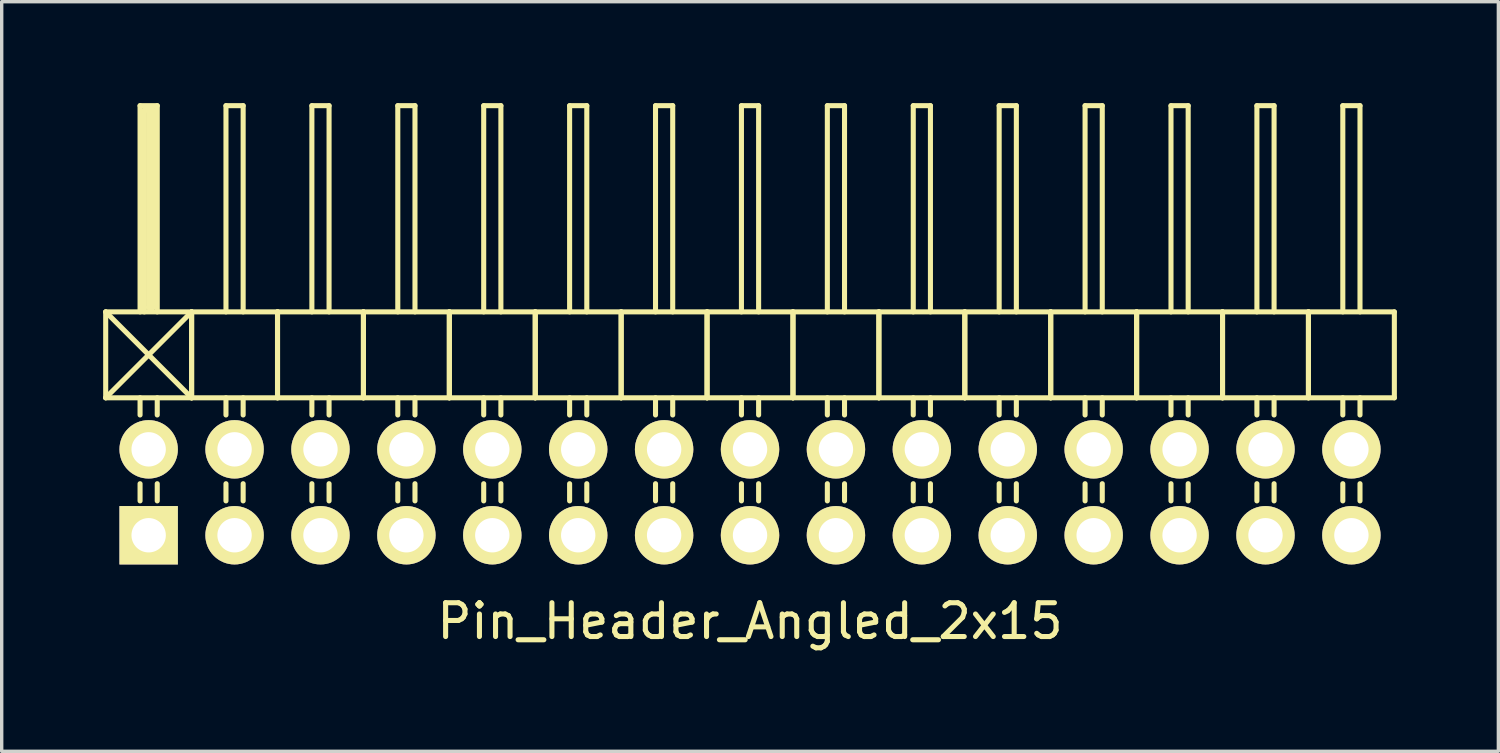
<source format=kicad_pcb>
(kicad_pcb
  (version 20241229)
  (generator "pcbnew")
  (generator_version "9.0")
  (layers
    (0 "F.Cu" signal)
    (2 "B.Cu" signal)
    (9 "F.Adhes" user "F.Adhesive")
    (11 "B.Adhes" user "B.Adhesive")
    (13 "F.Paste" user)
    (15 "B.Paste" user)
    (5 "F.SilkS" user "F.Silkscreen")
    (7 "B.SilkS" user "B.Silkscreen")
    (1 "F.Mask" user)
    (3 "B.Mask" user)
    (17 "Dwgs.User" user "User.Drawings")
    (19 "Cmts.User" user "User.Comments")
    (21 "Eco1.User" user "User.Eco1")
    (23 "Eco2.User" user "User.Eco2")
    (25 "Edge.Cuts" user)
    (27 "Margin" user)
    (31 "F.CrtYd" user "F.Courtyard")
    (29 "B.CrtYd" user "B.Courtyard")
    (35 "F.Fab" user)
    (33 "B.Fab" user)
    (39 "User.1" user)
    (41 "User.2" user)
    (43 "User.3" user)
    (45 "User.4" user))
  (footprint "Pin_Header_Angled_2x15"
    (layer "F.Cu")
    (at 19.125 11.505)
    (property "Reference" "Pin_Header_Angled_2x15" (at 0 3.81 0) (layer "F.SilkS") (effects (font (size 1 1) (thickness 0.15))))
    (attr through_hole)
    (fp_line (start -19.05 -5.334) (end -16.51 -2.794) (stroke (width 0.15) (type solid)) (layer "F.SilkS"))
    (fp_line (start -19.05 -2.794) (end -19.05 -5.334) (stroke (width 0.15) (type solid)) (layer "F.SilkS"))
    (fp_line (start -19.05 -2.794) (end -16.51 -5.334) (stroke (width 0.15) (type solid)) (layer "F.SilkS"))
    (fp_line (start -19.05 -2.794) (end -16.51 -2.794) (stroke (width 0.15) (type solid)) (layer "F.SilkS"))
    (fp_line (start -18.034 -11.43) (end -17.526 -11.43) (stroke (width 0.15) (type solid)) (layer "F.SilkS"))
    (fp_line (start -18.034 -5.334) (end -18.034 -11.43) (stroke (width 0.15) (type solid)) (layer "F.SilkS"))
    (fp_line (start -18.034 -2.794) (end -18.034 -2.286) (stroke (width 0.15) (type solid)) (layer "F.SilkS"))
    (fp_line (start -18.034 -0.254) (end -18.034 0.254) (stroke (width 0.15) (type solid)) (layer "F.SilkS"))
    (fp_line (start -17.907 -11.303) (end -17.653 -11.303) (stroke (width 0.15) (type solid)) (layer "F.SilkS"))
    (fp_line (start -17.907 -5.334) (end -17.907 -11.303) (stroke (width 0.15) (type solid)) (layer "F.SilkS"))
    (fp_line (start -17.78 -5.461) (end -17.78 -11.303) (stroke (width 0.15) (type solid)) (layer "F.SilkS"))
    (fp_line (start -17.653 -11.303) (end -17.653 -5.461) (stroke (width 0.15) (type solid)) (layer "F.SilkS"))
    (fp_line (start -17.653 -5.461) (end -17.78 -5.461) (stroke (width 0.15) (type solid)) (layer "F.SilkS"))
    (fp_line (start -17.526 -11.43) (end -17.526 -5.334) (stroke (width 0.15) (type solid)) (layer "F.SilkS"))
    (fp_line (start -17.526 -2.794) (end -17.526 -2.286) (stroke (width 0.15) (type solid)) (layer "F.SilkS"))
    (fp_line (start -17.526 -0.254) (end -17.526 0.254) (stroke (width 0.15) (type solid)) (layer "F.SilkS"))
    (fp_line (start -16.51 -5.334) (end -19.05 -5.334) (stroke (width 0.15) (type solid)) (layer "F.SilkS"))
    (fp_line (start -16.51 -2.794) (end -16.51 -5.334) (stroke (width 0.15) (type solid)) (layer "F.SilkS"))
    (fp_line (start -16.51 -2.794) (end -16.51 -5.334) (stroke (width 0.15) (type solid)) (layer "F.SilkS"))
    (fp_line (start -16.51 -2.794) (end -13.97 -2.794) (stroke (width 0.15) (type solid)) (layer "F.SilkS"))
    (fp_line (start -15.494 -11.43) (end -14.986 -11.43) (stroke (width 0.15) (type solid)) (layer "F.SilkS"))
    (fp_line (start -15.494 -5.334) (end -15.494 -11.43) (stroke (width 0.15) (type solid)) (layer "F.SilkS"))
    (fp_line (start -15.494 -2.794) (end -15.494 -2.286) (stroke (width 0.15) (type solid)) (layer "F.SilkS"))
    (fp_line (start -15.494 -0.254) (end -15.494 0.254) (stroke (width 0.15) (type solid)) (layer "F.SilkS"))
    (fp_line (start -14.986 -11.43) (end -14.986 -5.334) (stroke (width 0.15) (type solid)) (layer "F.SilkS"))
    (fp_line (start -14.986 -2.794) (end -14.986 -2.286) (stroke (width 0.15) (type solid)) (layer "F.SilkS"))
    (fp_line (start -14.986 -0.254) (end -14.986 0.254) (stroke (width 0.15) (type solid)) (layer "F.SilkS"))
    (fp_line (start -13.97 -5.334) (end -16.51 -5.334) (stroke (width 0.15) (type solid)) (layer "F.SilkS"))
    (fp_line (start -13.97 -2.794) (end -13.97 -5.334) (stroke (width 0.15) (type solid)) (layer "F.SilkS"))
    (fp_line (start -13.97 -2.794) (end -13.97 -5.334) (stroke (width 0.15) (type solid)) (layer "F.SilkS"))
    (fp_line (start -13.97 -2.794) (end -11.43 -2.794) (stroke (width 0.15) (type solid)) (layer "F.SilkS"))
    (fp_line (start -12.954 -11.43) (end -12.446 -11.43) (stroke (width 0.15) (type solid)) (layer "F.SilkS"))
    (fp_line (start -12.954 -5.334) (end -12.954 -11.43) (stroke (width 0.15) (type solid)) (layer "F.SilkS"))
    (fp_line (start -12.954 -2.794) (end -12.954 -2.286) (stroke (width 0.15) (type solid)) (layer "F.SilkS"))
    (fp_line (start -12.954 -0.254) (end -12.954 0.254) (stroke (width 0.15) (type solid)) (layer "F.SilkS"))
    (fp_line (start -12.446 -11.43) (end -12.446 -5.334) (stroke (width 0.15) (type solid)) (layer "F.SilkS"))
    (fp_line (start -12.446 -2.794) (end -12.446 -2.286) (stroke (width 0.15) (type solid)) (layer "F.SilkS"))
    (fp_line (start -12.446 -0.254) (end -12.446 0.254) (stroke (width 0.15) (type solid)) (layer "F.SilkS"))
    (fp_line (start -11.43 -5.334) (end -13.97 -5.334) (stroke (width 0.15) (type solid)) (layer "F.SilkS"))
    (fp_line (start -11.43 -2.794) (end -11.43 -5.334) (stroke (width 0.15) (type solid)) (layer "F.SilkS"))
    (fp_line (start -11.43 -2.794) (end -11.43 -5.334) (stroke (width 0.15) (type solid)) (layer "F.SilkS"))
    (fp_line (start -11.43 -2.794) (end -8.89 -2.794) (stroke (width 0.15) (type solid)) (layer "F.SilkS"))
    (fp_line (start -10.414 -11.43) (end -9.906 -11.43) (stroke (width 0.15) (type solid)) (layer "F.SilkS"))
    (fp_line (start -10.414 -5.334) (end -10.414 -11.43) (stroke (width 0.15) (type solid)) (layer "F.SilkS"))
    (fp_line (start -10.414 -2.794) (end -10.414 -2.286) (stroke (width 0.15) (type solid)) (layer "F.SilkS"))
    (fp_line (start -10.414 -0.254) (end -10.414 0.254) (stroke (width 0.15) (type solid)) (layer "F.SilkS"))
    (fp_line (start -9.906 -11.43) (end -9.906 -5.334) (stroke (width 0.15) (type solid)) (layer "F.SilkS"))
    (fp_line (start -9.906 -2.794) (end -9.906 -2.286) (stroke (width 0.15) (type solid)) (layer "F.SilkS"))
    (fp_line (start -9.906 -0.254) (end -9.906 0.254) (stroke (width 0.15) (type solid)) (layer "F.SilkS"))
    (fp_line (start -8.89 -5.334) (end -11.43 -5.334) (stroke (width 0.15) (type solid)) (layer "F.SilkS"))
    (fp_line (start -8.89 -2.794) (end -8.89 -5.334) (stroke (width 0.15) (type solid)) (layer "F.SilkS"))
    (fp_line (start -8.89 -2.794) (end -8.89 -5.334) (stroke (width 0.15) (type solid)) (layer "F.SilkS"))
    (fp_line (start -8.89 -2.794) (end -6.35 -2.794) (stroke (width 0.15) (type solid)) (layer "F.SilkS"))
    (fp_line (start -7.874 -11.43) (end -7.366 -11.43) (stroke (width 0.15) (type solid)) (layer "F.SilkS"))
    (fp_line (start -7.874 -5.334) (end -7.874 -11.43) (stroke (width 0.15) (type solid)) (layer "F.SilkS"))
    (fp_line (start -7.874 -2.794) (end -7.874 -2.286) (stroke (width 0.15) (type solid)) (layer "F.SilkS"))
    (fp_line (start -7.874 -0.254) (end -7.874 0.254) (stroke (width 0.15) (type solid)) (layer "F.SilkS"))
    (fp_line (start -7.366 -11.43) (end -7.366 -5.334) (stroke (width 0.15) (type solid)) (layer "F.SilkS"))
    (fp_line (start -7.366 -2.794) (end -7.366 -2.286) (stroke (width 0.15) (type solid)) (layer "F.SilkS"))
    (fp_line (start -7.366 -0.254) (end -7.366 0.254) (stroke (width 0.15) (type solid)) (layer "F.SilkS"))
    (fp_line (start -6.35 -5.334) (end -8.89 -5.334) (stroke (width 0.15) (type solid)) (layer "F.SilkS"))
    (fp_line (start -6.35 -2.794) (end -6.35 -5.334) (stroke (width 0.15) (type solid)) (layer "F.SilkS"))
    (fp_line (start -6.35 -2.794) (end -6.35 -5.334) (stroke (width 0.15) (type solid)) (layer "F.SilkS"))
    (fp_line (start -6.35 -2.794) (end -3.81 -2.794) (stroke (width 0.15) (type solid)) (layer "F.SilkS"))
    (fp_line (start -5.334 -11.43) (end -4.826 -11.43) (stroke (width 0.15) (type solid)) (layer "F.SilkS"))
    (fp_line (start -5.334 -5.334) (end -5.334 -11.43) (stroke (width 0.15) (type solid)) (layer "F.SilkS"))
    (fp_line (start -5.334 -2.794) (end -5.334 -2.286) (stroke (width 0.15) (type solid)) (layer "F.SilkS"))
    (fp_line (start -5.334 -0.254) (end -5.334 0.254) (stroke (width 0.15) (type solid)) (layer "F.SilkS"))
    (fp_line (start -4.826 -11.43) (end -4.826 -5.334) (stroke (width 0.15) (type solid)) (layer "F.SilkS"))
    (fp_line (start -4.826 -2.794) (end -4.826 -2.286) (stroke (width 0.15) (type solid)) (layer "F.SilkS"))
    (fp_line (start -4.826 -0.254) (end -4.826 0.254) (stroke (width 0.15) (type solid)) (layer "F.SilkS"))
    (fp_line (start -3.81 -5.334) (end -6.35 -5.334) (stroke (width 0.15) (type solid)) (layer "F.SilkS"))
    (fp_line (start -3.81 -2.794) (end -3.81 -5.334) (stroke (width 0.15) (type solid)) (layer "F.SilkS"))
    (fp_line (start -3.81 -2.794) (end -3.81 -5.334) (stroke (width 0.15) (type solid)) (layer "F.SilkS"))
    (fp_line (start -3.81 -2.794) (end -1.27 -2.794) (stroke (width 0.15) (type solid)) (layer "F.SilkS"))
    (fp_line (start -2.794 -11.43) (end -2.286 -11.43) (stroke (width 0.15) (type solid)) (layer "F.SilkS"))
    (fp_line (start -2.794 -5.334) (end -2.794 -11.43) (stroke (width 0.15) (type solid)) (layer "F.SilkS"))
    (fp_line (start -2.794 -2.794) (end -2.794 -2.286) (stroke (width 0.15) (type solid)) (layer "F.SilkS"))
    (fp_line (start -2.794 -0.254) (end -2.794 0.254) (stroke (width 0.15) (type solid)) (layer "F.SilkS"))
    (fp_line (start -2.286 -11.43) (end -2.286 -5.334) (stroke (width 0.15) (type solid)) (layer "F.SilkS"))
    (fp_line (start -2.286 -2.794) (end -2.286 -2.286) (stroke (width 0.15) (type solid)) (layer "F.SilkS"))
    (fp_line (start -2.286 -0.254) (end -2.286 0.254) (stroke (width 0.15) (type solid)) (layer "F.SilkS"))
    (fp_line (start -1.27 -5.334) (end -3.81 -5.334) (stroke (width 0.15) (type solid)) (layer "F.SilkS"))
    (fp_line (start -1.27 -2.794) (end -1.27 -5.334) (stroke (width 0.15) (type solid)) (layer "F.SilkS"))
    (fp_line (start -1.27 -2.794) (end -1.27 -5.334) (stroke (width 0.15) (type solid)) (layer "F.SilkS"))
    (fp_line (start -1.27 -2.794) (end 1.27 -2.794) (stroke (width 0.15) (type solid)) (layer "F.SilkS"))
    (fp_line (start -0.254 -11.43) (end 0.254 -11.43) (stroke (width 0.15) (type solid)) (layer "F.SilkS"))
    (fp_line (start -0.254 -5.334) (end -0.254 -11.43) (stroke (width 0.15) (type solid)) (layer "F.SilkS"))
    (fp_line (start -0.254 -2.794) (end -0.254 -2.286) (stroke (width 0.15) (type solid)) (layer "F.SilkS"))
    (fp_line (start -0.254 -0.254) (end -0.254 0.254) (stroke (width 0.15) (type solid)) (layer "F.SilkS"))
    (fp_line (start 0.254 -11.43) (end 0.254 -5.334) (stroke (width 0.15) (type solid)) (layer "F.SilkS"))
    (fp_line (start 0.254 -2.794) (end 0.254 -2.286) (stroke (width 0.15) (type solid)) (layer "F.SilkS"))
    (fp_line (start 0.254 -0.254) (end 0.254 0.254) (stroke (width 0.15) (type solid)) (layer "F.SilkS"))
    (fp_line (start 1.27 -5.334) (end -1.27 -5.334) (stroke (width 0.15) (type solid)) (layer "F.SilkS"))
    (fp_line (start 1.27 -2.794) (end 1.27 -5.334) (stroke (width 0.15) (type solid)) (layer "F.SilkS"))
    (fp_line (start 1.27 -2.794) (end 1.27 -5.334) (stroke (width 0.15) (type solid)) (layer "F.SilkS"))
    (fp_line (start 1.27 -2.794) (end 3.81 -2.794) (stroke (width 0.15) (type solid)) (layer "F.SilkS"))
    (fp_line (start 2.286 -11.43) (end 2.794 -11.43) (stroke (width 0.15) (type solid)) (layer "F.SilkS"))
    (fp_line (start 2.286 -5.334) (end 2.286 -11.43) (stroke (width 0.15) (type solid)) (layer "F.SilkS"))
    (fp_line (start 2.286 -2.794) (end 2.286 -2.286) (stroke (width 0.15) (type solid)) (layer "F.SilkS"))
    (fp_line (start 2.286 -0.254) (end 2.286 0.254) (stroke (width 0.15) (type solid)) (layer "F.SilkS"))
    (fp_line (start 2.794 -11.43) (end 2.794 -5.334) (stroke (width 0.15) (type solid)) (layer "F.SilkS"))
    (fp_line (start 2.794 -2.794) (end 2.794 -2.286) (stroke (width 0.15) (type solid)) (layer "F.SilkS"))
    (fp_line (start 2.794 -0.254) (end 2.794 0.254) (stroke (width 0.15) (type solid)) (layer "F.SilkS"))
    (fp_line (start 3.81 -5.334) (end 1.27 -5.334) (stroke (width 0.15) (type solid)) (layer "F.SilkS"))
    (fp_line (start 3.81 -2.794) (end 3.81 -5.334) (stroke (width 0.15) (type solid)) (layer "F.SilkS"))
    (fp_line (start 3.81 -2.794) (end 3.81 -5.334) (stroke (width 0.15) (type solid)) (layer "F.SilkS"))
    (fp_line (start 3.81 -2.794) (end 6.35 -2.794) (stroke (width 0.15) (type solid)) (layer "F.SilkS"))
    (fp_line (start 4.826 -11.43) (end 5.334 -11.43) (stroke (width 0.15) (type solid)) (layer "F.SilkS"))
    (fp_line (start 4.826 -5.334) (end 4.826 -11.43) (stroke (width 0.15) (type solid)) (layer "F.SilkS"))
    (fp_line (start 4.826 -2.794) (end 4.826 -2.286) (stroke (width 0.15) (type solid)) (layer "F.SilkS"))
    (fp_line (start 4.826 -0.254) (end 4.826 0.254) (stroke (width 0.15) (type solid)) (layer "F.SilkS"))
    (fp_line (start 5.334 -11.43) (end 5.334 -5.334) (stroke (width 0.15) (type solid)) (layer "F.SilkS"))
    (fp_line (start 5.334 -2.794) (end 5.334 -2.286) (stroke (width 0.15) (type solid)) (layer "F.SilkS"))
    (fp_line (start 5.334 -0.254) (end 5.334 0.254) (stroke (width 0.15) (type solid)) (layer "F.SilkS"))
    (fp_line (start 6.35 -5.334) (end 3.81 -5.334) (stroke (width 0.15) (type solid)) (layer "F.SilkS"))
    (fp_line (start 6.35 -2.794) (end 6.35 -5.334) (stroke (width 0.15) (type solid)) (layer "F.SilkS"))
    (fp_line (start 6.35 -2.794) (end 6.35 -5.334) (stroke (width 0.15) (type solid)) (layer "F.SilkS"))
    (fp_line (start 6.35 -2.794) (end 8.89 -2.794) (stroke (width 0.15) (type solid)) (layer "F.SilkS"))
    (fp_line (start 7.366 -11.43) (end 7.874 -11.43) (stroke (width 0.15) (type solid)) (layer "F.SilkS"))
    (fp_line (start 7.366 -5.334) (end 7.366 -11.43) (stroke (width 0.15) (type solid)) (layer "F.SilkS"))
    (fp_line (start 7.366 -2.794) (end 7.366 -2.286) (stroke (width 0.15) (type solid)) (layer "F.SilkS"))
    (fp_line (start 7.366 -0.254) (end 7.366 0.254) (stroke (width 0.15) (type solid)) (layer "F.SilkS"))
    (fp_line (start 7.874 -11.43) (end 7.874 -5.334) (stroke (width 0.15) (type solid)) (layer "F.SilkS"))
    (fp_line (start 7.874 -2.794) (end 7.874 -2.286) (stroke (width 0.15) (type solid)) (layer "F.SilkS"))
    (fp_line (start 7.874 -0.254) (end 7.874 0.254) (stroke (width 0.15) (type solid)) (layer "F.SilkS"))
    (fp_line (start 8.89 -5.334) (end 6.35 -5.334) (stroke (width 0.15) (type solid)) (layer "F.SilkS"))
    (fp_line (start 8.89 -2.794) (end 8.89 -5.334) (stroke (width 0.15) (type solid)) (layer "F.SilkS"))
    (fp_line (start 8.89 -2.794) (end 8.89 -5.334) (stroke (width 0.15) (type solid)) (layer "F.SilkS"))
    (fp_line (start 8.89 -2.794) (end 11.43 -2.794) (stroke (width 0.15) (type solid)) (layer "F.SilkS"))
    (fp_line (start 9.906 -11.43) (end 10.414 -11.43) (stroke (width 0.15) (type solid)) (layer "F.SilkS"))
    (fp_line (start 9.906 -5.334) (end 9.906 -11.43) (stroke (width 0.15) (type solid)) (layer "F.SilkS"))
    (fp_line (start 9.906 -2.794) (end 9.906 -2.286) (stroke (width 0.15) (type solid)) (layer "F.SilkS"))
    (fp_line (start 9.906 -0.254) (end 9.906 0.254) (stroke (width 0.15) (type solid)) (layer "F.SilkS"))
    (fp_line (start 10.414 -11.43) (end 10.414 -5.334) (stroke (width 0.15) (type solid)) (layer "F.SilkS"))
    (fp_line (start 10.414 -2.794) (end 10.414 -2.286) (stroke (width 0.15) (type solid)) (layer "F.SilkS"))
    (fp_line (start 10.414 -0.254) (end 10.414 0.254) (stroke (width 0.15) (type solid)) (layer "F.SilkS"))
    (fp_line (start 11.43 -5.334) (end 8.89 -5.334) (stroke (width 0.15) (type solid)) (layer "F.SilkS"))
    (fp_line (start 11.43 -2.794) (end 11.43 -5.334) (stroke (width 0.15) (type solid)) (layer "F.SilkS"))
    (fp_line (start 11.43 -2.794) (end 11.43 -5.334) (stroke (width 0.15) (type solid)) (layer "F.SilkS"))
    (fp_line (start 11.43 -2.794) (end 13.97 -2.794) (stroke (width 0.15) (type solid)) (layer "F.SilkS"))
    (fp_line (start 12.446 -11.43) (end 12.954 -11.43) (stroke (width 0.15) (type solid)) (layer "F.SilkS"))
    (fp_line (start 12.446 -5.334) (end 12.446 -11.43) (stroke (width 0.15) (type solid)) (layer "F.SilkS"))
    (fp_line (start 12.446 -2.794) (end 12.446 -2.286) (stroke (width 0.15) (type solid)) (layer "F.SilkS"))
    (fp_line (start 12.446 -0.254) (end 12.446 0.254) (stroke (width 0.15) (type solid)) (layer "F.SilkS"))
    (fp_line (start 12.954 -11.43) (end 12.954 -5.334) (stroke (width 0.15) (type solid)) (layer "F.SilkS"))
    (fp_line (start 12.954 -2.794) (end 12.954 -2.286) (stroke (width 0.15) (type solid)) (layer "F.SilkS"))
    (fp_line (start 12.954 -0.254) (end 12.954 0.254) (stroke (width 0.15) (type solid)) (layer "F.SilkS"))
    (fp_line (start 13.97 -5.334) (end 11.43 -5.334) (stroke (width 0.15) (type solid)) (layer "F.SilkS"))
    (fp_line (start 13.97 -2.794) (end 13.97 -5.334) (stroke (width 0.15) (type solid)) (layer "F.SilkS"))
    (fp_line (start 13.97 -2.794) (end 13.97 -5.334) (stroke (width 0.15) (type solid)) (layer "F.SilkS"))
    (fp_line (start 13.97 -2.794) (end 16.51 -2.794) (stroke (width 0.15) (type solid)) (layer "F.SilkS"))
    (fp_line (start 14.986 -11.43) (end 15.494 -11.43) (stroke (width 0.15) (type solid)) (layer "F.SilkS"))
    (fp_line (start 14.986 -5.334) (end 14.986 -11.43) (stroke (width 0.15) (type solid)) (layer "F.SilkS"))
    (fp_line (start 14.986 -2.794) (end 14.986 -2.286) (stroke (width 0.15) (type solid)) (layer "F.SilkS"))
    (fp_line (start 14.986 -0.254) (end 14.986 0.254) (stroke (width 0.15) (type solid)) (layer "F.SilkS"))
    (fp_line (start 15.494 -11.43) (end 15.494 -5.334) (stroke (width 0.15) (type solid)) (layer "F.SilkS"))
    (fp_line (start 15.494 -2.794) (end 15.494 -2.286) (stroke (width 0.15) (type solid)) (layer "F.SilkS"))
    (fp_line (start 15.494 -0.254) (end 15.494 0.254) (stroke (width 0.15) (type solid)) (layer "F.SilkS"))
    (fp_line (start 16.51 -5.334) (end 13.97 -5.334) (stroke (width 0.15) (type solid)) (layer "F.SilkS"))
    (fp_line (start 16.51 -2.794) (end 16.51 -5.334) (stroke (width 0.15) (type solid)) (layer "F.SilkS"))
    (fp_line (start 16.51 -2.794) (end 16.51 -5.334) (stroke (width 0.15) (type solid)) (layer "F.SilkS"))
    (fp_line (start 16.51 -2.794) (end 19.05 -2.794) (stroke (width 0.15) (type solid)) (layer "F.SilkS"))
    (fp_line (start 17.526 -11.43) (end 18.034 -11.43) (stroke (width 0.15) (type solid)) (layer "F.SilkS"))
    (fp_line (start 17.526 -5.334) (end 17.526 -11.43) (stroke (width 0.15) (type solid)) (layer "F.SilkS"))
    (fp_line (start 17.526 -2.794) (end 17.526 -2.286) (stroke (width 0.15) (type solid)) (layer "F.SilkS"))
    (fp_line (start 17.526 -0.254) (end 17.526 0.254) (stroke (width 0.15) (type solid)) (layer "F.SilkS"))
    (fp_line (start 18.034 -11.43) (end 18.034 -5.334) (stroke (width 0.15) (type solid)) (layer "F.SilkS"))
    (fp_line (start 18.034 -2.794) (end 18.034 -2.286) (stroke (width 0.15) (type solid)) (layer "F.SilkS"))
    (fp_line (start 18.034 -0.254) (end 18.034 0.254) (stroke (width 0.15) (type solid)) (layer "F.SilkS"))
    (fp_line (start 19.05 -5.334) (end 16.51 -5.334) (stroke (width 0.15) (type solid)) (layer "F.SilkS"))
    (fp_line (start 19.05 -2.794) (end 19.05 -5.334) (stroke (width 0.15) (type solid)) (layer "F.SilkS"))
    (pad "1" thru_hole rect (at -17.78 1.27) (size 1.727 1.727) (drill 1.016) (layers "*.Cu" "*.Mask" "F.SilkS"))
    (pad "2" thru_hole oval (at -17.78 -1.27) (size 1.727 1.727) (drill 1.016) (layers "*.Cu" "*.Mask" "F.SilkS"))
    (pad "3" thru_hole oval (at -15.24 1.27) (size 1.727 1.727) (drill 1.016) (layers "*.Cu" "*.Mask" "F.SilkS"))
    (pad "4" thru_hole oval (at -15.24 -1.27) (size 1.727 1.727) (drill 1.016) (layers "*.Cu" "*.Mask" "F.SilkS"))
    (pad "5" thru_hole oval (at -12.7 1.27) (size 1.727 1.727) (drill 1.016) (layers "*.Cu" "*.Mask" "F.SilkS"))
    (pad "6" thru_hole oval (at -12.7 -1.27) (size 1.727 1.727) (drill 1.016) (layers "*.Cu" "*.Mask" "F.SilkS"))
    (pad "7" thru_hole oval (at -10.16 1.27) (size 1.727 1.727) (drill 1.016) (layers "*.Cu" "*.Mask" "F.SilkS"))
    (pad "8" thru_hole oval (at -10.16 -1.27) (size 1.727 1.727) (drill 1.016) (layers "*.Cu" "*.Mask" "F.SilkS"))
    (pad "9" thru_hole oval (at -7.62 1.27) (size 1.727 1.727) (drill 1.016) (layers "*.Cu" "*.Mask" "F.SilkS"))
    (pad "10" thru_hole oval (at -7.62 -1.27) (size 1.727 1.727) (drill 1.016) (layers "*.Cu" "*.Mask" "F.SilkS"))
    (pad "11" thru_hole oval (at -5.08 1.27) (size 1.727 1.727) (drill 1.016) (layers "*.Cu" "*.Mask" "F.SilkS"))
    (pad "12" thru_hole oval (at -5.08 -1.27) (size 1.727 1.727) (drill 1.016) (layers "*.Cu" "*.Mask" "F.SilkS"))
    (pad "13" thru_hole oval (at -2.54 1.27) (size 1.727 1.727) (drill 1.016) (layers "*.Cu" "*.Mask" "F.SilkS"))
    (pad "14" thru_hole oval (at -2.54 -1.27) (size 1.727 1.727) (drill 1.016) (layers "*.Cu" "*.Mask" "F.SilkS"))
    (pad "15" thru_hole oval (at 0 1.27) (size 1.727 1.727) (drill 1.016) (layers "*.Cu" "*.Mask" "F.SilkS"))
    (pad "16" thru_hole oval (at 0 -1.27) (size 1.727 1.727) (drill 1.016) (layers "*.Cu" "*.Mask" "F.SilkS"))
    (pad "17" thru_hole oval (at 2.54 1.27) (size 1.727 1.727) (drill 1.016) (layers "*.Cu" "*.Mask" "F.SilkS"))
    (pad "18" thru_hole oval (at 2.54 -1.27) (size 1.727 1.727) (drill 1.016) (layers "*.Cu" "*.Mask" "F.SilkS"))
    (pad "19" thru_hole oval (at 5.08 1.27) (size 1.727 1.727) (drill 1.016) (layers "*.Cu" "*.Mask" "F.SilkS"))
    (pad "20" thru_hole oval (at 5.08 -1.27) (size 1.727 1.727) (drill 1.016) (layers "*.Cu" "*.Mask" "F.SilkS"))
    (pad "21" thru_hole oval (at 7.62 1.27) (size 1.727 1.727) (drill 1.016) (layers "*.Cu" "*.Mask" "F.SilkS"))
    (pad "22" thru_hole oval (at 7.62 -1.27) (size 1.727 1.727) (drill 1.016) (layers "*.Cu" "*.Mask" "F.SilkS"))
    (pad "23" thru_hole oval (at 10.16 1.27) (size 1.727 1.727) (drill 1.016) (layers "*.Cu" "*.Mask" "F.SilkS"))
    (pad "24" thru_hole oval (at 10.16 -1.27) (size 1.727 1.727) (drill 1.016) (layers "*.Cu" "*.Mask" "F.SilkS"))
    (pad "25" thru_hole oval (at 12.7 1.27) (size 1.727 1.727) (drill 1.016) (layers "*.Cu" "*.Mask" "F.SilkS"))
    (pad "26" thru_hole oval (at 12.7 -1.27) (size 1.727 1.727) (drill 1.016) (layers "*.Cu" "*.Mask" "F.SilkS"))
    (pad "27" thru_hole oval (at 15.24 1.27) (size 1.727 1.727) (drill 1.016) (layers "*.Cu" "*.Mask" "F.SilkS"))
    (pad "28" thru_hole oval (at 15.24 -1.27) (size 1.727 1.727) (drill 1.016) (layers "*.Cu" "*.Mask" "F.SilkS"))
    (pad "29" thru_hole oval (at 17.78 1.27) (size 1.727 1.727) (drill 1.016) (layers "*.Cu" "*.Mask" "F.SilkS"))
    (pad "30" thru_hole oval (at 17.78 -1.27) (size 1.727 1.727) (drill 1.016) (layers "*.Cu" "*.Mask" "F.SilkS")))
  (gr_rect
    (start -3 -3)
    (end 41.25 19.163)
    (stroke (width 0.1) (type default))
    (fill no)
    (layer "Edge.Cuts")))
</source>
